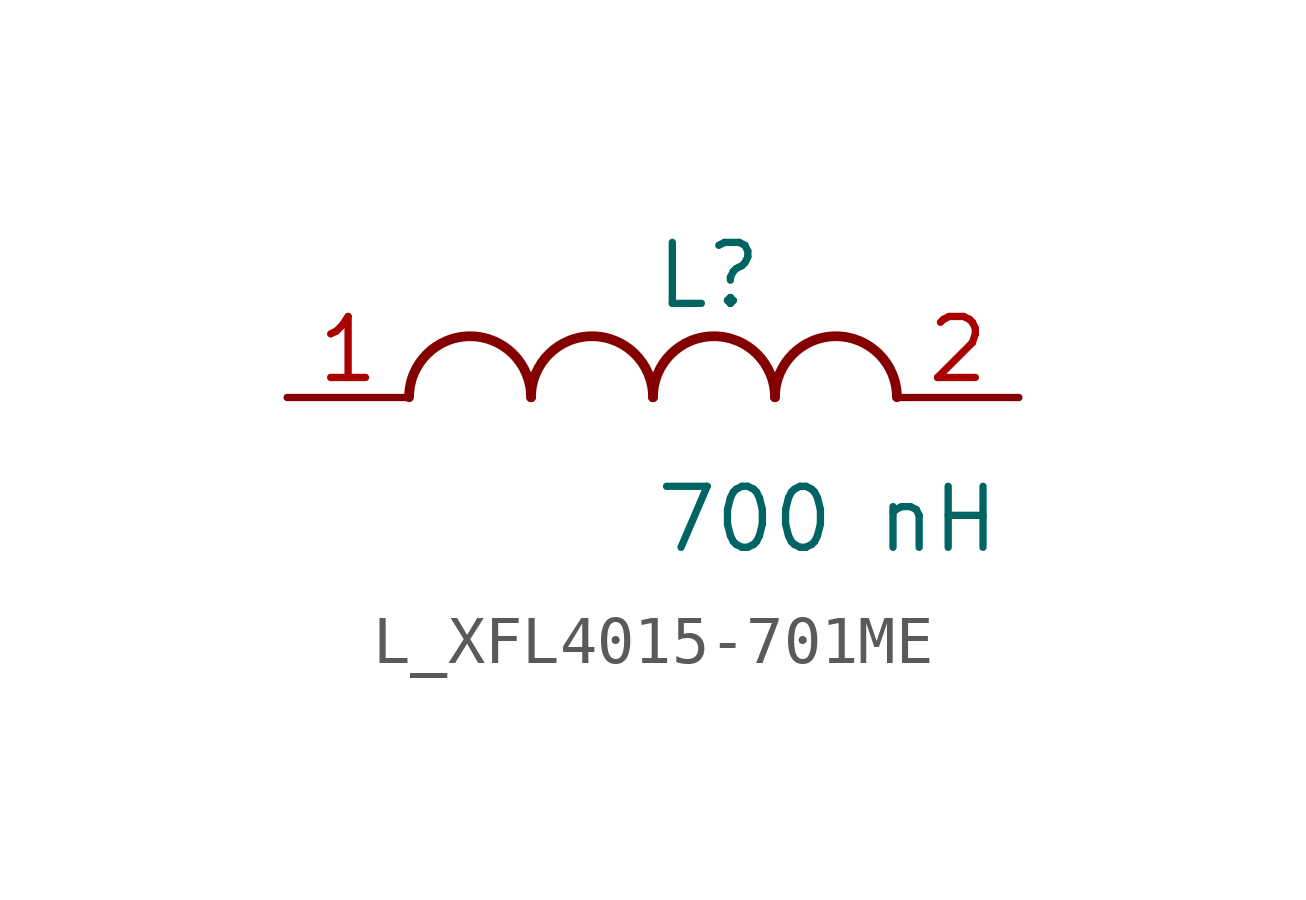
<source format=kicad_sym>
(kicad_symbol_lib
  (version 20231120)
  (generator kicad_symbol_editor)
  (generator_version 8.0)
  (symbol "L_XFL4015-701ME"
    (pin_names
      (offset 0.254))
    (property "Reference" "L"
      (at 0 2.54 0)
      (effects (font (size 1.27 1.27)) (justify left)))
    (property "Value" "700 nH"
      (at 0 -2.54 0)
      (effects (font (size 1.27 1.27)) (justify left)))
    (symbol "L_XFL4015-701ME_1_1"
      (arc (start -2.54 0.0056) (mid -3.81 1.27) (end -5.08 0.0056) (stroke (width 0.2032) (type default)) (fill (type none)))
      (arc (start 0 0.0056) (mid -1.27 1.27) (end -2.54 0.0056) (stroke (width 0.2032) (type default)) (fill (type none)))
      (arc (start 2.54 0.0056) (mid 1.27 1.27) (end 0 0.0056) (stroke (width 0.2032) (type default)) (fill (type none)))
      (arc (start 5.08 0.0056) (mid 3.81 1.27) (end 2.54 0.0056) (stroke (width 0.2032) (type default)) (fill (type none)))
      (pin unspecified line (at -7.62 0 0) (length 2.54) (name "" (effects (font (size 1.27 1.27)))) (number "1" (effects (font (size 1.27 1.27)))))
      (pin unspecified line (at 7.62 0 180) (length 2.54) (name "" (effects (font (size 1.27 1.27)))) (number "2" (effects (font (size 1.27 1.27))))))))
</source>
